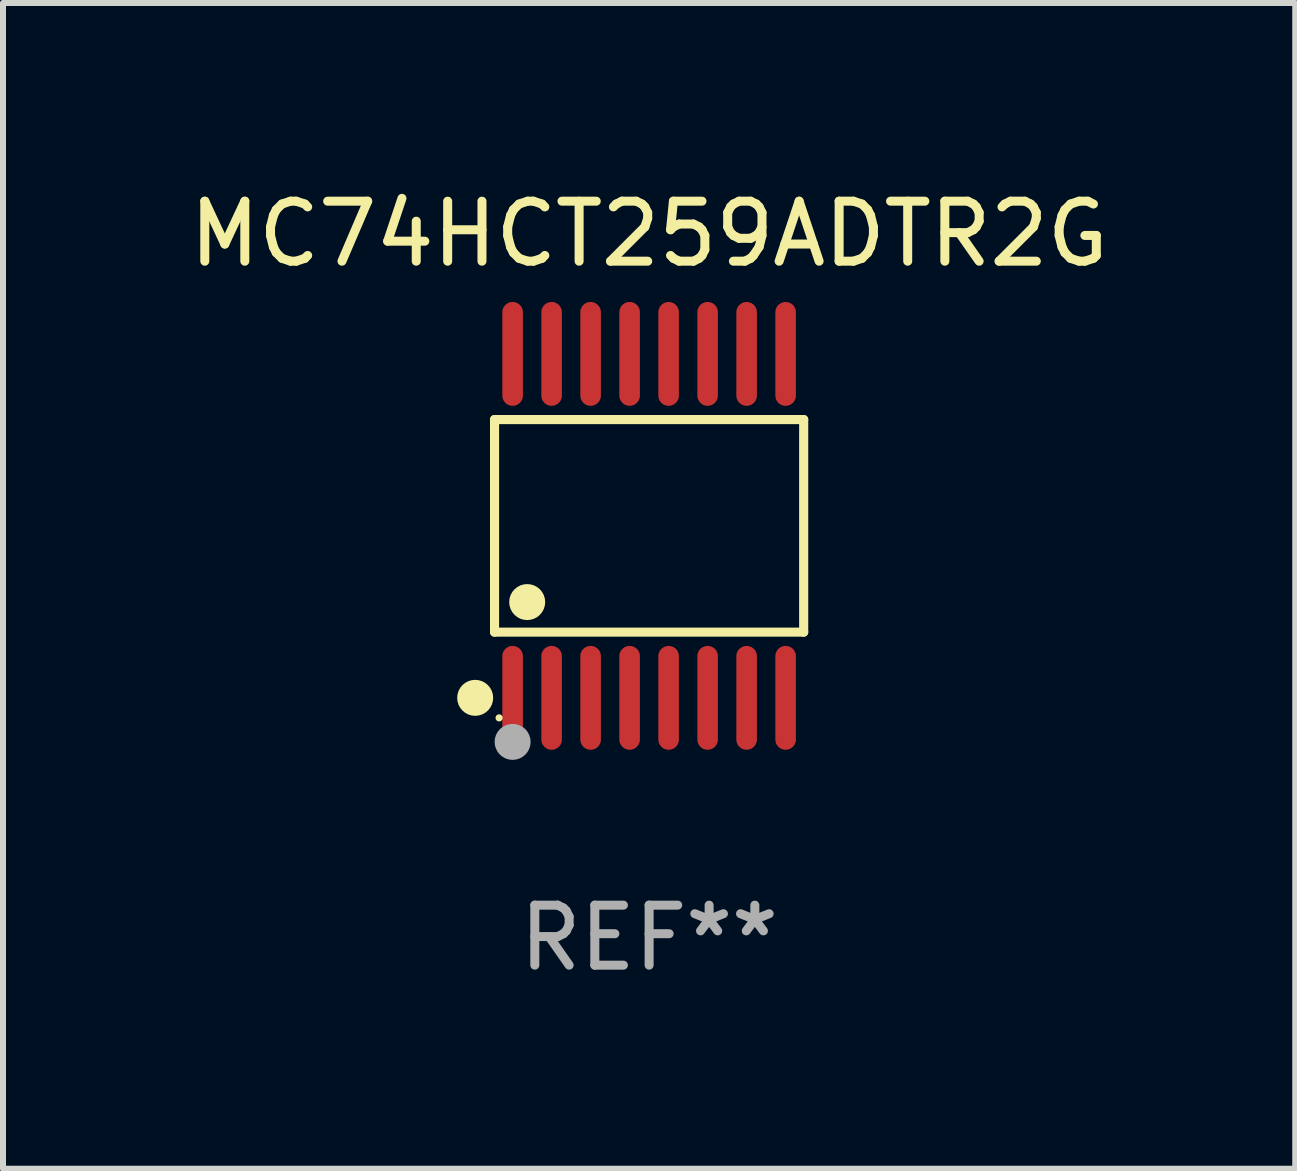
<source format=kicad_pcb>
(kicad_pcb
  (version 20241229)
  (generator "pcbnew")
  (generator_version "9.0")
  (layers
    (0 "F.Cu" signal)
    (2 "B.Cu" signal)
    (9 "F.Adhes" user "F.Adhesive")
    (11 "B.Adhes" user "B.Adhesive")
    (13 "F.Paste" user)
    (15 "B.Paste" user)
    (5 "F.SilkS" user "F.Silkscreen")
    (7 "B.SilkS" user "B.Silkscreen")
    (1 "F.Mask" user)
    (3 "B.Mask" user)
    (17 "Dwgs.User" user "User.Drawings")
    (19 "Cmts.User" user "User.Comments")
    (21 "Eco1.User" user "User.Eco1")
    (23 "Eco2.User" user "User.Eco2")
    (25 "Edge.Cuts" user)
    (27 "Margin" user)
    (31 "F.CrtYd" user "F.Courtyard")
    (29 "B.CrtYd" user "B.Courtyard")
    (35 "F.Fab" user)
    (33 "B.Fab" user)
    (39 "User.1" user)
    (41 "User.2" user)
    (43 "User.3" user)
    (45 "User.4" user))
  (footprint "MC74HCT259ADTR2G"
    (layer "F.Cu")
    (at 7.768 5.714)
    (property "Reference" "MC74HCT259ADTR2G" (at 0 -4.866 0) (layer "F.SilkS") (effects (font (size 1 1) (thickness 0.15))))
    (attr through_hole)
    (fp_line (start -2.576 -1.772) (end 2.576 -1.772) (stroke (width 0.152) (type solid)) (layer "F.SilkS"))
    (fp_line (start -2.576 1.771) (end -2.576 -1.772) (stroke (width 0.152) (type solid)) (layer "F.SilkS"))
    (fp_line (start 2.576 -1.772) (end 2.576 1.771) (stroke (width 0.152) (type solid)) (layer "F.SilkS"))
    (fp_line (start 2.576 1.771) (end -2.576 1.771) (stroke (width 0.152) (type solid)) (layer "F.SilkS"))
    (fp_circle (center -2.899 2.866) (end -2.749 2.866) (stroke (width 0.3) (type solid)) (fill no) (layer "F.SilkS"))
    (fp_circle (center -2.5 3.2) (end -2.47 3.2) (stroke (width 0.06) (type solid)) (fill no) (layer "F.SilkS"))
    (fp_circle (center -2.032 1.27) (end -1.882 1.27) (stroke (width 0.3) (type solid)) (fill no) (layer "F.SilkS"))
    (fp_circle (center -2.275 3.6) (end -2.125 3.6) (stroke (width 0.3) (type solid)) (fill no) (layer "F.Fab"))
    (fp_text user "REF**" (at 0 6.866 0) (layer "F.Fab") (effects (font (size 1 1) (thickness 0.15))))
    (pad "1" smd oval (at -2.275 2.866) (size 0.343 1.731) (layers "F.Cu" "F.Mask" "F.Paste"))
    (pad "2" smd oval (at -1.625 2.866) (size 0.343 1.731) (layers "F.Cu" "F.Mask" "F.Paste"))
    (pad "3" smd oval (at -0.975 2.866) (size 0.343 1.731) (layers "F.Cu" "F.Mask" "F.Paste"))
    (pad "4" smd oval (at -0.325 2.866) (size 0.343 1.731) (layers "F.Cu" "F.Mask" "F.Paste"))
    (pad "5" smd oval (at 0.325 2.866) (size 0.343 1.731) (layers "F.Cu" "F.Mask" "F.Paste"))
    (pad "6" smd oval (at 0.975 2.866) (size 0.343 1.731) (layers "F.Cu" "F.Mask" "F.Paste"))
    (pad "7" smd oval (at 1.625 2.866) (size 0.343 1.731) (layers "F.Cu" "F.Mask" "F.Paste"))
    (pad "8" smd oval (at 2.275 2.866) (size 0.343 1.731) (layers "F.Cu" "F.Mask" "F.Paste"))
    (pad "9" smd oval (at 2.275 -2.866) (size 0.343 1.731) (layers "F.Cu" "F.Mask" "F.Paste"))
    (pad "10" smd oval (at 1.625 -2.866) (size 0.343 1.731) (layers "F.Cu" "F.Mask" "F.Paste"))
    (pad "11" smd oval (at 0.975 -2.866) (size 0.343 1.731) (layers "F.Cu" "F.Mask" "F.Paste"))
    (pad "12" smd oval (at 0.325 -2.866) (size 0.343 1.731) (layers "F.Cu" "F.Mask" "F.Paste"))
    (pad "13" smd oval (at -0.325 -2.866) (size 0.343 1.731) (layers "F.Cu" "F.Mask" "F.Paste"))
    (pad "14" smd oval (at -0.975 -2.866) (size 0.343 1.731) (layers "F.Cu" "F.Mask" "F.Paste"))
    (pad "15" smd oval (at -1.625 -2.866) (size 0.343 1.731) (layers "F.Cu" "F.Mask" "F.Paste"))
    (pad "16" smd oval (at -2.275 -2.866) (size 0.343 1.731) (layers "F.Cu" "F.Mask" "F.Paste")))
  (gr_rect
    (start -3 -3)
    (end 18.536 16.428)
    (stroke (width 0.1) (type default))
    (fill no)
    (layer "Edge.Cuts")))
</source>
